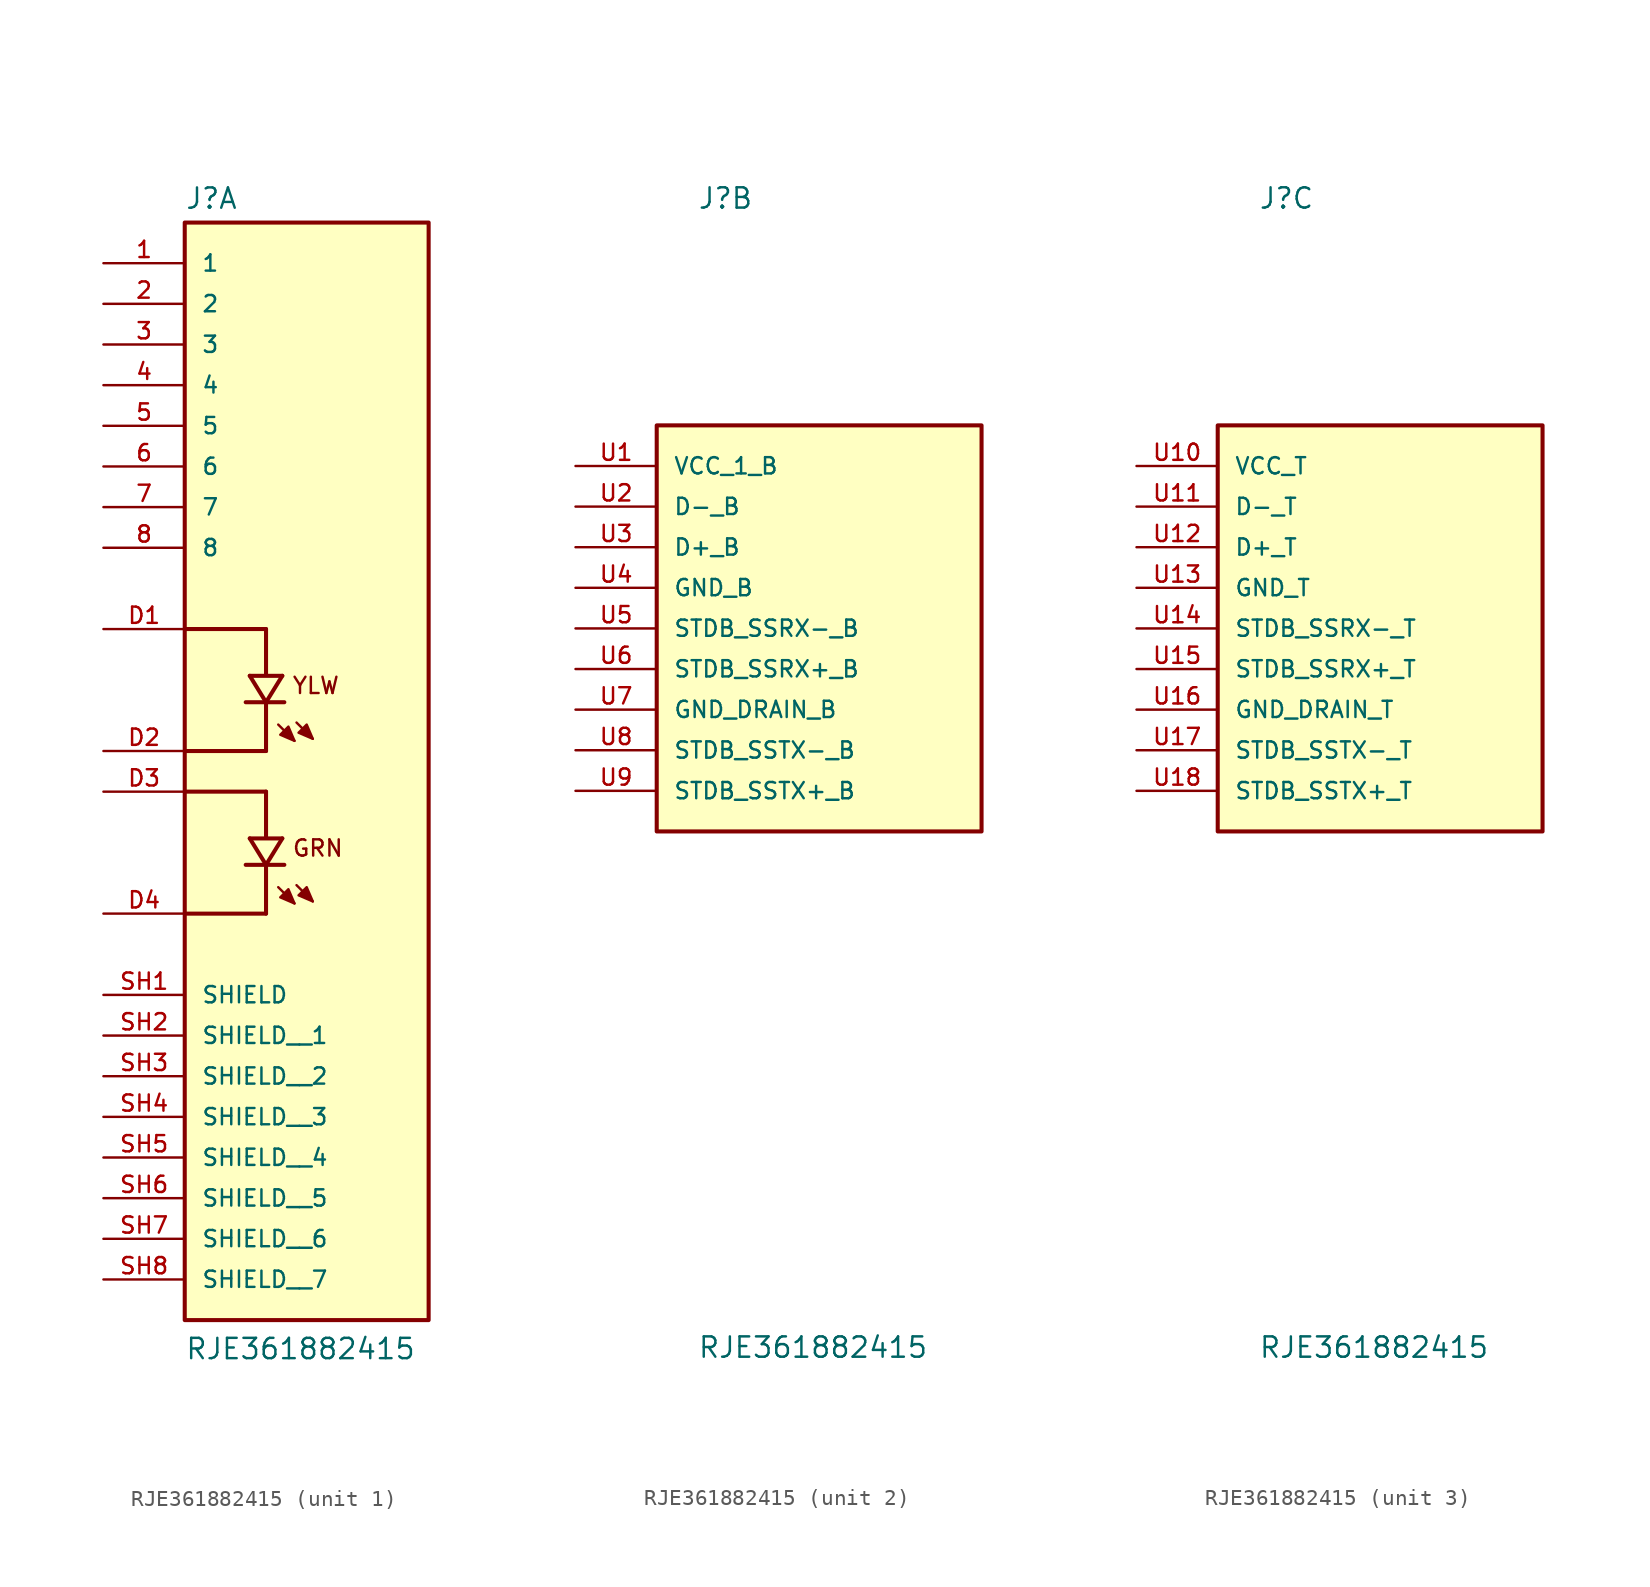
<source format=kicad_sym>
(kicad_symbol_lib
  (version 20211014)
  (generator kicad_symbol_editor)
  (symbol "RJE361882415"
    (pin_names
      (offset 1.016))
    (property "Reference" "J"
      (at -7.62 26.162 0)
      (effects (font (size 1.27 1.27)) (justify bottom left)))
    (property "Value" "RJE361882415"
      (at -7.62 -45.72 0)
      (effects (font (size 1.27 1.27)) (justify bottom left)))
    (symbol "RJE361882415_1_0"
      (polyline (pts (xy -1.778 -16.129) (xy -0.762 -17.145)) (stroke (width 0.152)))
      (polyline (pts (xy -0.635 -16.002) (xy 0.381 -17.018)) (stroke (width 0.152)))
      (polyline (pts (xy -0.762 -17.145) (xy -1.651 -16.764) (xy -1.143 -16.256) (xy -0.762 -17.145)) (stroke (width 0.152)) (fill (type outline)))
      (polyline (pts (xy 0.381 -17.018) (xy -0.508 -16.637) (xy 0.0 -16.129) (xy 0.381 -17.018)) (stroke (width 0.152)) (fill (type outline)))
      (polyline (pts (xy -1.524 -13.081) (xy -2.54 -14.732)) (stroke (width 0.254)))
      (polyline (pts (xy -2.54 -14.732) (xy -3.556 -13.081)) (stroke (width 0.254)))
      (polyline (pts (xy -1.397 -14.732) (xy -2.54 -14.732)) (stroke (width 0.254)))
      (polyline (pts (xy -2.54 -14.732) (xy -3.81 -14.732)) (stroke (width 0.254)))
      (polyline (pts (xy -1.524 -13.081) (xy -3.556 -13.081)) (stroke (width 0.254)))
      (polyline (pts (xy -2.54 -10.16) (xy -2.54 -12.954)) (stroke (width 0.254)))
      (polyline (pts (xy -2.54 -14.859) (xy -2.54 -17.78)) (stroke (width 0.254)))
      (polyline (pts (xy -2.54 -17.78) (xy -7.62 -17.78)) (stroke (width 0.254)))
      (polyline (pts (xy -2.54 -10.16) (xy -7.62 -10.16)) (stroke (width 0.254)))
      (polyline (pts (xy -1.778 -5.969) (xy -0.762 -6.985)) (stroke (width 0.152)))
      (polyline (pts (xy -0.635 -5.842) (xy 0.381 -6.858)) (stroke (width 0.152)))
      (polyline (pts (xy -0.762 -6.985) (xy -1.651 -6.604) (xy -1.143 -6.096) (xy -0.762 -6.985)) (stroke (width 0.152)) (fill (type outline)))
      (polyline (pts (xy 0.381 -6.858) (xy -0.508 -6.477) (xy 0.0 -5.969) (xy 0.381 -6.858)) (stroke (width 0.152)) (fill (type outline)))
      (polyline (pts (xy -1.524 -2.921) (xy -2.54 -4.572)) (stroke (width 0.254)))
      (polyline (pts (xy -2.54 -4.572) (xy -3.556 -2.921)) (stroke (width 0.254)))
      (polyline (pts (xy -1.397 -4.572) (xy -2.54 -4.572)) (stroke (width 0.254)))
      (polyline (pts (xy -2.54 -4.572) (xy -3.81 -4.572)) (stroke (width 0.254)))
      (polyline (pts (xy -1.524 -2.921) (xy -3.556 -2.921)) (stroke (width 0.254)))
      (polyline (pts (xy -2.54 0.0) (xy -2.54 -2.794)) (stroke (width 0.254)))
      (polyline (pts (xy -2.54 -4.699) (xy -2.54 -7.62)) (stroke (width 0.254)))
      (polyline (pts (xy -2.54 -7.62) (xy -7.62 -7.62)) (stroke (width 0.254)))
      (polyline (pts (xy -2.54 0.0) (xy -7.62 0.0)) (stroke (width 0.254)))
      (text "YLW" (at -0.953 -4.128 0) (effects (font (size 1.016 1.016)) (justify bottom left)))
      (text "GRN" (at -0.953 -14.287 0) (effects (font (size 1.016 1.016)) (justify bottom left)))
      (rectangle (start -7.62 -43.18) (end 7.62 25.4) (stroke (width 0.254)) (fill (type background)))
      (pin passive line (at -12.7 22.86 0) (length 5.08) (name "1" (effects (font (size 1.016 1.016)))) (number "1" (effects (font (size 1.016 1.016)))))
      (pin passive line (at -12.7 20.32 0) (length 5.08) (name "2" (effects (font (size 1.016 1.016)))) (number "2" (effects (font (size 1.016 1.016)))))
      (pin passive line (at -12.7 17.78 0) (length 5.08) (name "3" (effects (font (size 1.016 1.016)))) (number "3" (effects (font (size 1.016 1.016)))))
      (pin passive line (at -12.7 15.24 0) (length 5.08) (name "4" (effects (font (size 1.016 1.016)))) (number "4" (effects (font (size 1.016 1.016)))))
      (pin passive line (at -12.7 12.7 0) (length 5.08) (name "5" (effects (font (size 1.016 1.016)))) (number "5" (effects (font (size 1.016 1.016)))))
      (pin passive line (at -12.7 10.16 0) (length 5.08) (name "6" (effects (font (size 1.016 1.016)))) (number "6" (effects (font (size 1.016 1.016)))))
      (pin passive line (at -12.7 7.62 0) (length 5.08) (name "7" (effects (font (size 1.016 1.016)))) (number "7" (effects (font (size 1.016 1.016)))))
      (pin passive line (at -12.7 5.08 0) (length 5.08) (name "8" (effects (font (size 1.016 1.016)))) (number "8" (effects (font (size 1.016 1.016)))))
      (pin passive line (at -12.7 -22.86 0) (length 5.08) (name "SHIELD" (effects (font (size 1.016 1.016)))) (number "SH1" (effects (font (size 1.016 1.016)))))
      (pin passive line (at -12.7 -10.16 0) (length 5.08) (name "~" (effects (font (size 1.016 1.016)))) (number "D3" (effects (font (size 1.016 1.016)))))
      (pin passive line (at -12.7 -17.78 0) (length 5.08) (name "~" (effects (font (size 1.016 1.016)))) (number "D4" (effects (font (size 1.016 1.016)))))
      (pin passive line (at -12.7 0.0 0) (length 5.08) (name "~" (effects (font (size 1.016 1.016)))) (number "D1" (effects (font (size 1.016 1.016)))))
      (pin passive line (at -12.7 -7.62 0) (length 5.08) (name "~" (effects (font (size 1.016 1.016)))) (number "D2" (effects (font (size 1.016 1.016)))))
      (pin passive line (at -12.7 -25.4 0) (length 5.08) (name "SHIELD__1" (effects (font (size 1.016 1.016)))) (number "SH2" (effects (font (size 1.016 1.016)))))
      (pin passive line (at -12.7 -27.94 0) (length 5.08) (name "SHIELD__2" (effects (font (size 1.016 1.016)))) (number "SH3" (effects (font (size 1.016 1.016)))))
      (pin passive line (at -12.7 -30.48 0) (length 5.08) (name "SHIELD__3" (effects (font (size 1.016 1.016)))) (number "SH4" (effects (font (size 1.016 1.016)))))
      (pin passive line (at -12.7 -33.02 0) (length 5.08) (name "SHIELD__4" (effects (font (size 1.016 1.016)))) (number "SH5" (effects (font (size 1.016 1.016)))))
      (pin passive line (at -12.7 -35.56 0) (length 5.08) (name "SHIELD__5" (effects (font (size 1.016 1.016)))) (number "SH6" (effects (font (size 1.016 1.016)))))
      (pin passive line (at -12.7 -38.1 0) (length 5.08) (name "SHIELD__6" (effects (font (size 1.016 1.016)))) (number "SH7" (effects (font (size 1.016 1.016)))))
      (pin passive line (at -12.7 -40.64 0) (length 5.08) (name "SHIELD__7" (effects (font (size 1.016 1.016)))) (number "SH8" (effects (font (size 1.016 1.016))))))
    (symbol "RJE361882415_2_0"
      (rectangle (start -10.16 -12.7) (end 10.16 12.7) (stroke (width 0.254)) (fill (type background)))
      (pin power_in line (at -15.24 10.16 0) (length 5.08) (name "VCC_1_B" (effects (font (size 1.016 1.016)))) (number "U1" (effects (font (size 1.016 1.016)))))
      (pin bidirectional line (at -15.24 7.62 0) (length 5.08) (name "D-_B" (effects (font (size 1.016 1.016)))) (number "U2" (effects (font (size 1.016 1.016)))))
      (pin bidirectional line (at -15.24 5.08 0) (length 5.08) (name "D+_B" (effects (font (size 1.016 1.016)))) (number "U3" (effects (font (size 1.016 1.016)))))
      (pin power_in line (at -15.24 2.54 0) (length 5.08) (name "GND_B" (effects (font (size 1.016 1.016)))) (number "U4" (effects (font (size 1.016 1.016)))))
      (pin bidirectional line (at -15.24 0.0 0) (length 5.08) (name "STDB_SSRX-_B" (effects (font (size 1.016 1.016)))) (number "U5" (effects (font (size 1.016 1.016)))))
      (pin bidirectional line (at -15.24 -2.54 0) (length 5.08) (name "STDB_SSRX+_B" (effects (font (size 1.016 1.016)))) (number "U6" (effects (font (size 1.016 1.016)))))
      (pin power_in line (at -15.24 -5.08 0) (length 5.08) (name "GND_DRAIN_B" (effects (font (size 1.016 1.016)))) (number "U7" (effects (font (size 1.016 1.016)))))
      (pin bidirectional line (at -15.24 -7.62 0) (length 5.08) (name "STDB_SSTX-_B" (effects (font (size 1.016 1.016)))) (number "U8" (effects (font (size 1.016 1.016)))))
      (pin bidirectional line (at -15.24 -10.16 0) (length 5.08) (name "STDB_SSTX+_B" (effects (font (size 1.016 1.016)))) (number "U9" (effects (font (size 1.016 1.016))))))
    (symbol "RJE361882415_3_0"
      (rectangle (start -10.16 -12.7) (end 10.16 12.7) (stroke (width 0.254)) (fill (type background)))
      (pin power_in line (at -15.24 10.16 0) (length 5.08) (name "VCC_T" (effects (font (size 1.016 1.016)))) (number "U10" (effects (font (size 1.016 1.016)))))
      (pin bidirectional line (at -15.24 7.62 0) (length 5.08) (name "D-_T" (effects (font (size 1.016 1.016)))) (number "U11" (effects (font (size 1.016 1.016)))))
      (pin bidirectional line (at -15.24 5.08 0) (length 5.08) (name "D+_T" (effects (font (size 1.016 1.016)))) (number "U12" (effects (font (size 1.016 1.016)))))
      (pin power_in line (at -15.24 2.54 0) (length 5.08) (name "GND_T" (effects (font (size 1.016 1.016)))) (number "U13" (effects (font (size 1.016 1.016)))))
      (pin bidirectional line (at -15.24 0.0 0) (length 5.08) (name "STDB_SSRX-_T" (effects (font (size 1.016 1.016)))) (number "U14" (effects (font (size 1.016 1.016)))))
      (pin bidirectional line (at -15.24 -2.54 0) (length 5.08) (name "STDB_SSRX+_T" (effects (font (size 1.016 1.016)))) (number "U15" (effects (font (size 1.016 1.016)))))
      (pin power_in line (at -15.24 -5.08 0) (length 5.08) (name "GND_DRAIN_T" (effects (font (size 1.016 1.016)))) (number "U16" (effects (font (size 1.016 1.016)))))
      (pin bidirectional line (at -15.24 -7.62 0) (length 5.08) (name "STDB_SSTX-_T" (effects (font (size 1.016 1.016)))) (number "U17" (effects (font (size 1.016 1.016)))))
      (pin bidirectional line (at -15.24 -10.16 0) (length 5.08) (name "STDB_SSTX+_T" (effects (font (size 1.016 1.016)))) (number "U18" (effects (font (size 1.016 1.016))))))))
</source>
